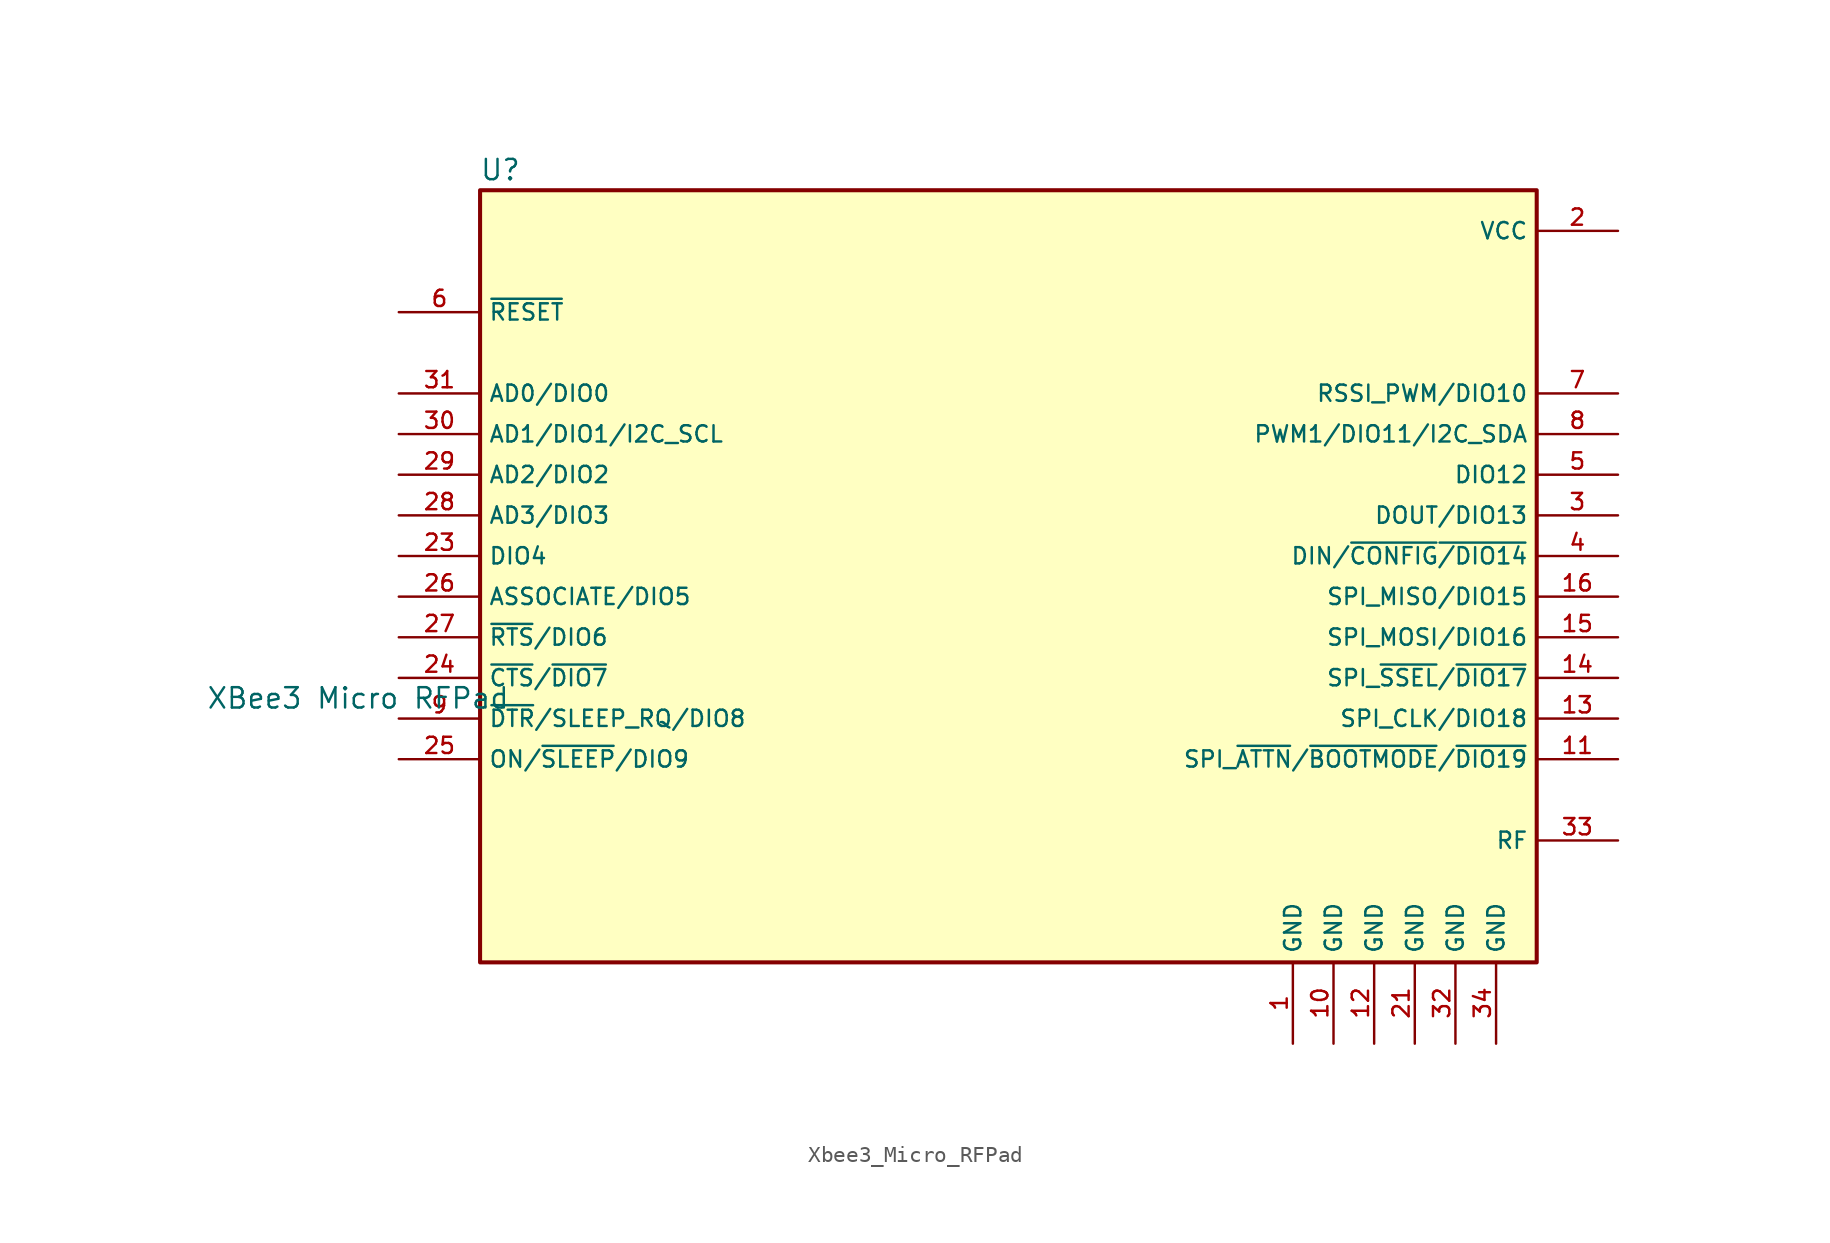
<source format=kicad_sym>
(kicad_symbol_lib
  (version 20220914)
  (generator kicad_symbol_editor)
  (symbol "Xbee3_Micro_RFPad"
    (property "Reference" "U"
      (at 8.89 33.02 0)
      (effects (font (size 1.27 1.27))))
    (property "Value" "XBee3 Micro RFPad"
      (at 0 0 0)
      (effects (font (size 1.27 1.27))))
    (symbol "Xbee3_Micro_RFPad_0_0"
      (rectangle (start 7.62 31.75) (end 73.66 -16.51) (stroke (width 0.254) (type default)) (fill (type background)))
      (pin power_in line (at 58.42 -21.59 90) (length 5.08) (name "GND" (effects (font (size 1.016 1.016)))) (number "1" (effects (font (size 1.016 1.016)))))
      (pin power_in line (at 60.96 -21.59 90) (length 5.08) (name "GND" (effects (font (size 1.016 1.016)))) (number "10" (effects (font (size 1.016 1.016)))))
      (pin power_in line (at 63.5 -21.59 90) (length 5.08) (name "GND" (effects (font (size 1.016 1.016)))) (number "12" (effects (font (size 1.016 1.016)))))
      (pin bidirectional line (at 78.74 -1.27 180) (length 5.08) (name "SPI_CLK/DIO18" (effects (font (size 1.016 1.016)))) (number "13" (effects (font (size 1.016 1.016)))))
      (pin bidirectional line (at 78.74 3.81 180) (length 5.08) (name "SPI_MOSI/DIO16" (effects (font (size 1.016 1.016)))) (number "15" (effects (font (size 1.016 1.016)))))
      (pin bidirectional line (at 78.74 6.35 180) (length 5.08) (name "SPI_MISO/DIO15" (effects (font (size 1.016 1.016)))) (number "16" (effects (font (size 1.016 1.016)))))
      (pin power_in line (at 78.74 29.21 180) (length 5.08) (name "VCC" (effects (font (size 1.016 1.016)))) (number "2" (effects (font (size 1.016 1.016)))))
      (pin power_in line (at 66.04 -21.59 90) (length 5.08) (name "GND" (effects (font (size 1.016 1.016)))) (number "21" (effects (font (size 1.016 1.016)))))
      (pin bidirectional line (at 2.54 8.89 0) (length 5.08) (name "DIO4" (effects (font (size 1.016 1.016)))) (number "23" (effects (font (size 1.016 1.016)))))
      (pin bidirectional line (at 2.54 6.35 0) (length 5.08) (name "ASSOCIATE/DIO5" (effects (font (size 1.016 1.016)))) (number "26" (effects (font (size 1.016 1.016)))))
      (pin bidirectional line (at 2.54 11.43 0) (length 5.08) (name "AD3/DIO3" (effects (font (size 1.016 1.016)))) (number "28" (effects (font (size 1.016 1.016)))))
      (pin bidirectional line (at 2.54 13.97 0) (length 5.08) (name "AD2/DIO2" (effects (font (size 1.016 1.016)))) (number "29" (effects (font (size 1.016 1.016)))))
      (pin bidirectional line (at 78.74 11.43 180) (length 5.08) (name "DOUT/DIO13" (effects (font (size 1.016 1.016)))) (number "3" (effects (font (size 1.016 1.016)))))
      (pin bidirectional line (at 2.54 19.05 0) (length 5.08) (name "AD0/DIO0" (effects (font (size 1.016 1.016)))) (number "31" (effects (font (size 1.016 1.016)))))
      (pin power_in line (at 68.58 -21.59 90) (length 5.08) (name "GND" (effects (font (size 1.016 1.016)))) (number "32" (effects (font (size 1.016 1.016)))))
      (pin bidirectional line (at 78.74 -8.89 180) (length 5.08) (name "RF" (effects (font (size 1.016 1.016)))) (number "33" (effects (font (size 1.016 1.016)))))
      (pin power_in line (at 71.12 -21.59 90) (length 5.08) (name "GND" (effects (font (size 1.016 1.016)))) (number "34" (effects (font (size 1.016 1.016)))))
      (pin bidirectional line (at 78.74 13.97 180) (length 5.08) (name "DIO12" (effects (font (size 1.016 1.016)))) (number "5" (effects (font (size 1.016 1.016)))))
      (pin input line (at 2.54 24.13 0) (length 5.08) (name "~{RESET}" (effects (font (size 1.016 1.016)))) (number "6" (effects (font (size 1.016 1.016)))))
      (pin bidirectional line (at 78.74 19.05 180) (length 5.08) (name "RSSI_PWM/DIO10" (effects (font (size 1.016 1.016)))) (number "7" (effects (font (size 1.016 1.016))))))
    (symbol "Xbee3_Micro_RFPad_1_0"
      (pin bidirectional line (at 78.74 -3.81 180) (length 5.08) (name "SPI_~{ATTN}/~{BOOTMODE}/~{DIO19}" (effects (font (size 1.016 1.016)))) (number "11" (effects (font (size 1.016 1.016)))))
      (pin bidirectional line (at 78.74 1.27 180) (length 5.08) (name "SPI_~{SSEL}/~{DIO17}" (effects (font (size 1.016 1.016)))) (number "14" (effects (font (size 1.016 1.016)))))
      (pin bidirectional line (at 2.54 1.27 0) (length 5.08) (name "~{CTS}/~{DIO7}" (effects (font (size 1.016 1.016)))) (number "24" (effects (font (size 1.016 1.016)))))
      (pin bidirectional line (at 2.54 -3.81 0) (length 5.08) (name "ON/~{SLEEP}/DIO9" (effects (font (size 1.016 1.016)))) (number "25" (effects (font (size 1.016 1.016)))))
      (pin bidirectional line (at 2.54 3.81 0) (length 5.08) (name "~{RTS}/DIO6" (effects (font (size 1.016 1.016)))) (number "27" (effects (font (size 1.016 1.016)))))
      (pin bidirectional line (at 2.54 16.51 0) (length 5.08) (name "AD1/DIO1/I2C_SCL" (effects (font (size 1.016 1.016)))) (number "30" (effects (font (size 1.016 1.016)))))
      (pin bidirectional line (at 78.74 8.89 180) (length 5.08) (name "DIN/~{CONFIG}~{/DIO14}" (effects (font (size 1.016 1.016)))) (number "4" (effects (font (size 1.016 1.016)))))
      (pin bidirectional line (at 78.74 16.51 180) (length 5.08) (name "PWM1/DIO11/I2C_SDA" (effects (font (size 1.016 1.016)))) (number "8" (effects (font (size 1.016 1.016)))))
      (pin bidirectional line (at 2.54 -1.27 0) (length 5.08) (name "~{DTR}/SLEEP_RQ/DIO8" (effects (font (size 1.016 1.016)))) (number "9" (effects (font (size 1.016 1.016))))))))
</source>
